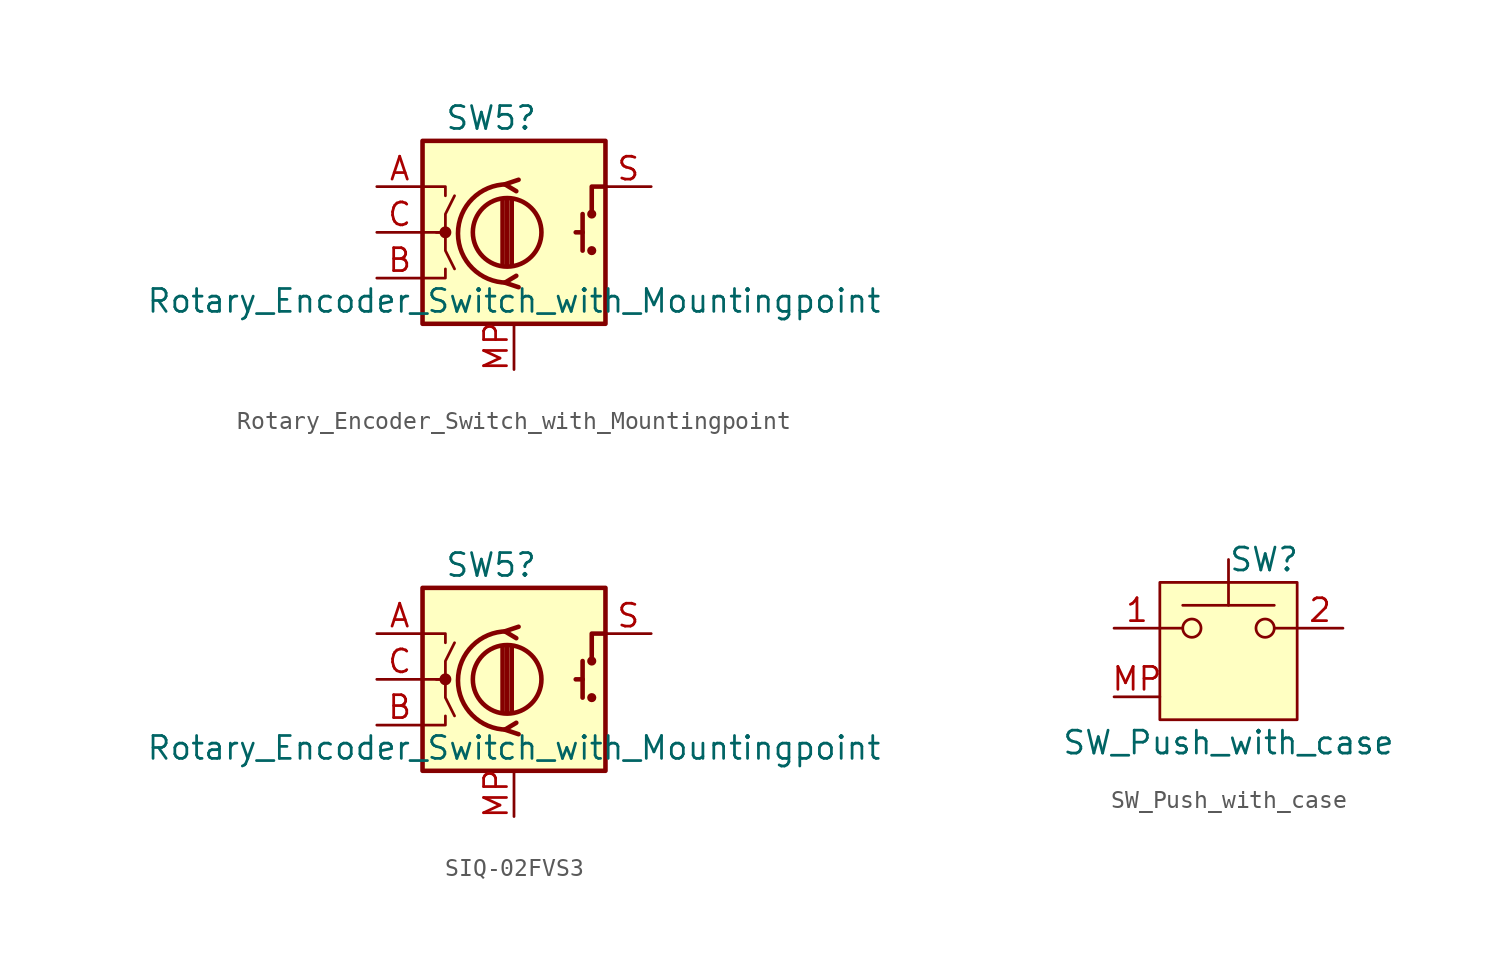
<source format=kicad_sym>
(kicad_symbol_lib
  (version 20220914)
  (generator kicad_symbol_editor)
  (symbol "Rotary_Encoder_Switch_with_Mountingpoint"
    (pin_names
      (offset 0.254) hide)
    (property "Reference" "SW5"
      (at -1.27 6.35 0)
      (effects (font (size 1.27 1.27))))
    (property "Value" "Rotary_Encoder_Switch_with_Mountingpoint"
      (at 0 -3.81 0)
      (effects (font (size 1.27 1.27))))
    (symbol "Rotary_Encoder_Switch_with_Mountingpoint_0_1"
      (rectangle (start -5.08 5.08) (end 5.08 -5.08) (stroke (width 0.254) (type default)) (fill (type background)))
      (circle (center -3.81 0) (radius 0.254) (stroke (width 0) (type default)) (fill (type outline)))
      (circle (center -0.381 0) (radius 1.905) (stroke (width 0.254) (type default)) (fill (type none)))
      (arc (start -0.381 2.667) (mid -3.0988 -0.0635) (end -0.381 -2.794) (stroke (width 0.254) (type default)) (fill (type none)))
      (polyline (pts (xy -0.635 -1.778) (xy -0.635 1.778)) (stroke (width 0.254) (type default)) (fill (type none)))
      (polyline (pts (xy -0.381 -1.778) (xy -0.381 1.778)) (stroke (width 0.254) (type default)) (fill (type none)))
      (polyline (pts (xy -0.127 1.778) (xy -0.127 -1.778)) (stroke (width 0.254) (type default)) (fill (type none)))
      (polyline (pts (xy 3.81 0) (xy 3.429 0)) (stroke (width 0.254) (type default)) (fill (type none)))
      (polyline (pts (xy 3.81 1.016) (xy 3.81 -1.016)) (stroke (width 0.254) (type default)) (fill (type none)))
      (polyline (pts (xy -5.08 -2.54) (xy -3.81 -2.54) (xy -3.81 -2.032)) (stroke (width 0) (type default)) (fill (type none)))
      (polyline (pts (xy -5.08 2.54) (xy -3.81 2.54) (xy -3.81 2.032)) (stroke (width 0) (type default)) (fill (type none)))
      (polyline (pts (xy 0.254 -3.048) (xy -0.508 -2.794) (xy 0.127 -2.413)) (stroke (width 0.254) (type default)) (fill (type none)))
      (polyline (pts (xy 0.254 2.921) (xy -0.508 2.667) (xy 0.127 2.286)) (stroke (width 0.254) (type default)) (fill (type none)))
      (polyline (pts (xy 5.08 2.54) (xy 4.318 2.54) (xy 4.318 1.016)) (stroke (width 0.254) (type default)) (fill (type none)))
      (polyline (pts (xy -5.08 0) (xy -3.81 0) (xy -3.81 -1.016) (xy -3.302 -2.032)) (stroke (width 0) (type default)) (fill (type none)))
      (polyline (pts (xy -4.318 0) (xy -3.81 0) (xy -3.81 1.016) (xy -3.302 2.032)) (stroke (width 0) (type default)) (fill (type none)))
      (circle (center 4.318 -1.016) (radius 0.127) (stroke (width 0.254) (type default)) (fill (type none)))
      (circle (center 4.318 1.016) (radius 0.127) (stroke (width 0.254) (type default)) (fill (type none))))
    (symbol "Rotary_Encoder_Switch_with_Mountingpoint_1_1"
      (pin passive line (at -7.62 2.54 0) (length 2.54) (name "A" (effects (font (size 1.27 1.27)))) (number "A" (effects (font (size 1.27 1.27)))))
      (pin passive line (at -7.62 -2.54 0) (length 2.54) (name "B" (effects (font (size 1.27 1.27)))) (number "B" (effects (font (size 1.27 1.27)))))
      (pin passive line (at -7.62 0 0) (length 2.54) (name "C" (effects (font (size 1.27 1.27)))) (number "C" (effects (font (size 1.27 1.27)))))
      (pin passive line (at 0 -7.62 90) (length 2.54) (name "MP" (effects (font (size 1.27 1.27)))) (number "MP" (effects (font (size 1.27 1.27)))))
      (pin passive line (at 7.62 2.54 180) (length 2.54) (name "S" (effects (font (size 1.27 1.27)))) (number "S" (effects (font (size 1.27 1.27)))))))
  (symbol "SIQ-02FVS3"
    (pin_names
      (offset 0.254) hide)
    (property "Reference" "SW5"
      (at -1.27 6.35 0)
      (effects (font (size 1.27 1.27))))
    (property "Value" "Rotary_Encoder_Switch_with_Mountingpoint"
      (at 0 -3.81 0)
      (effects (font (size 1.27 1.27))))
    (symbol "SIQ-02FVS3_0_1"
      (rectangle (start -5.08 5.08) (end 5.08 -5.08) (stroke (width 0.254) (type default)) (fill (type background)))
      (circle (center -3.81 0) (radius 0.254) (stroke (width 0) (type default)) (fill (type outline)))
      (circle (center -0.381 0) (radius 1.905) (stroke (width 0.254) (type default)) (fill (type none)))
      (arc (start -0.381 2.667) (mid -3.0988 -0.0635) (end -0.381 -2.794) (stroke (width 0.254) (type default)) (fill (type none)))
      (polyline (pts (xy -0.635 -1.778) (xy -0.635 1.778)) (stroke (width 0.254) (type default)) (fill (type none)))
      (polyline (pts (xy -0.381 -1.778) (xy -0.381 1.778)) (stroke (width 0.254) (type default)) (fill (type none)))
      (polyline (pts (xy -0.127 1.778) (xy -0.127 -1.778)) (stroke (width 0.254) (type default)) (fill (type none)))
      (polyline (pts (xy 3.81 0) (xy 3.429 0)) (stroke (width 0.254) (type default)) (fill (type none)))
      (polyline (pts (xy 3.81 1.016) (xy 3.81 -1.016)) (stroke (width 0.254) (type default)) (fill (type none)))
      (polyline (pts (xy -5.08 -2.54) (xy -3.81 -2.54) (xy -3.81 -2.032)) (stroke (width 0) (type default)) (fill (type none)))
      (polyline (pts (xy -5.08 2.54) (xy -3.81 2.54) (xy -3.81 2.032)) (stroke (width 0) (type default)) (fill (type none)))
      (polyline (pts (xy 0.254 -3.048) (xy -0.508 -2.794) (xy 0.127 -2.413)) (stroke (width 0.254) (type default)) (fill (type none)))
      (polyline (pts (xy 0.254 2.921) (xy -0.508 2.667) (xy 0.127 2.286)) (stroke (width 0.254) (type default)) (fill (type none)))
      (polyline (pts (xy 5.08 2.54) (xy 4.318 2.54) (xy 4.318 1.016)) (stroke (width 0.254) (type default)) (fill (type none)))
      (polyline (pts (xy -5.08 0) (xy -3.81 0) (xy -3.81 -1.016) (xy -3.302 -2.032)) (stroke (width 0) (type default)) (fill (type none)))
      (polyline (pts (xy -4.318 0) (xy -3.81 0) (xy -3.81 1.016) (xy -3.302 2.032)) (stroke (width 0) (type default)) (fill (type none)))
      (circle (center 4.318 -1.016) (radius 0.127) (stroke (width 0.254) (type default)) (fill (type none)))
      (circle (center 4.318 1.016) (radius 0.127) (stroke (width 0.254) (type default)) (fill (type none))))
    (symbol "SIQ-02FVS3_1_1"
      (pin passive line (at -7.62 2.54 0) (length 2.54) (name "A" (effects (font (size 1.27 1.27)))) (number "A" (effects (font (size 1.27 1.27)))))
      (pin passive line (at -7.62 -2.54 0) (length 2.54) (name "B" (effects (font (size 1.27 1.27)))) (number "B" (effects (font (size 1.27 1.27)))))
      (pin passive line (at -7.62 0 0) (length 2.54) (name "C" (effects (font (size 1.27 1.27)))) (number "C" (effects (font (size 1.27 1.27)))))
      (pin passive line (at 0 -7.62 90) (length 2.54) (name "MP" (effects (font (size 1.27 1.27)))) (number "MP" (effects (font (size 1.27 1.27)))))
      (pin passive line (at 7.62 2.54 180) (length 2.54) (name "S" (effects (font (size 1.27 1.27)))) (number "S" (effects (font (size 1.27 1.27)))))))
  (symbol "SW_Push_with_case"
    (pin_names
      (offset 1.016) hide)
    (property "Reference" "SW"
      (at 0 3.81 0)
      (effects (font (size 1.27 1.27)) (justify left)))
    (property "Value" "SW_Push_with_case"
      (at 0 -6.35 0)
      (effects (font (size 1.27 1.27))))
    (symbol "SW_Push_with_case_0_1"
      (rectangle (start -3.81 2.54) (end 3.81 -5.08) (stroke (width 0) (type default)) (fill (type background)))
      (circle (center -2.032 0) (radius 0.508) (stroke (width 0) (type default)) (fill (type none)))
      (polyline (pts (xy -2.54 0) (xy -3.81 0)) (stroke (width 0) (type default)) (fill (type none)))
      (polyline (pts (xy 0 1.27) (xy 0 3.81)) (stroke (width 0) (type default)) (fill (type none)))
      (polyline (pts (xy 2.54 0) (xy 3.81 0)) (stroke (width 0) (type default)) (fill (type none)))
      (polyline (pts (xy 2.54 1.27) (xy -2.54 1.27)) (stroke (width 0) (type default)) (fill (type none)))
      (rectangle (start 0 2.54) (end 0 2.54) (stroke (width 0) (type default)) (fill (type none)))
      (circle (center 2.032 0) (radius 0.508) (stroke (width 0) (type default)) (fill (type none)))
      (pin passive line (at -6.35 0 0) (length 2.54) (name "1" (effects (font (size 1.27 1.27)))) (number "1" (effects (font (size 1.27 1.27)))))
      (pin passive line (at 6.35 0 180) (length 2.54) (name "2" (effects (font (size 1.27 1.27)))) (number "2" (effects (font (size 1.27 1.27))))))
    (symbol "SW_Push_with_case_1_1"
      (pin passive line (at -6.35 -3.81 0) (length 2.54) (name "MP" (effects (font (size 1.27 1.27)))) (number "MP" (effects (font (size 1.27 1.27))))))))
</source>
